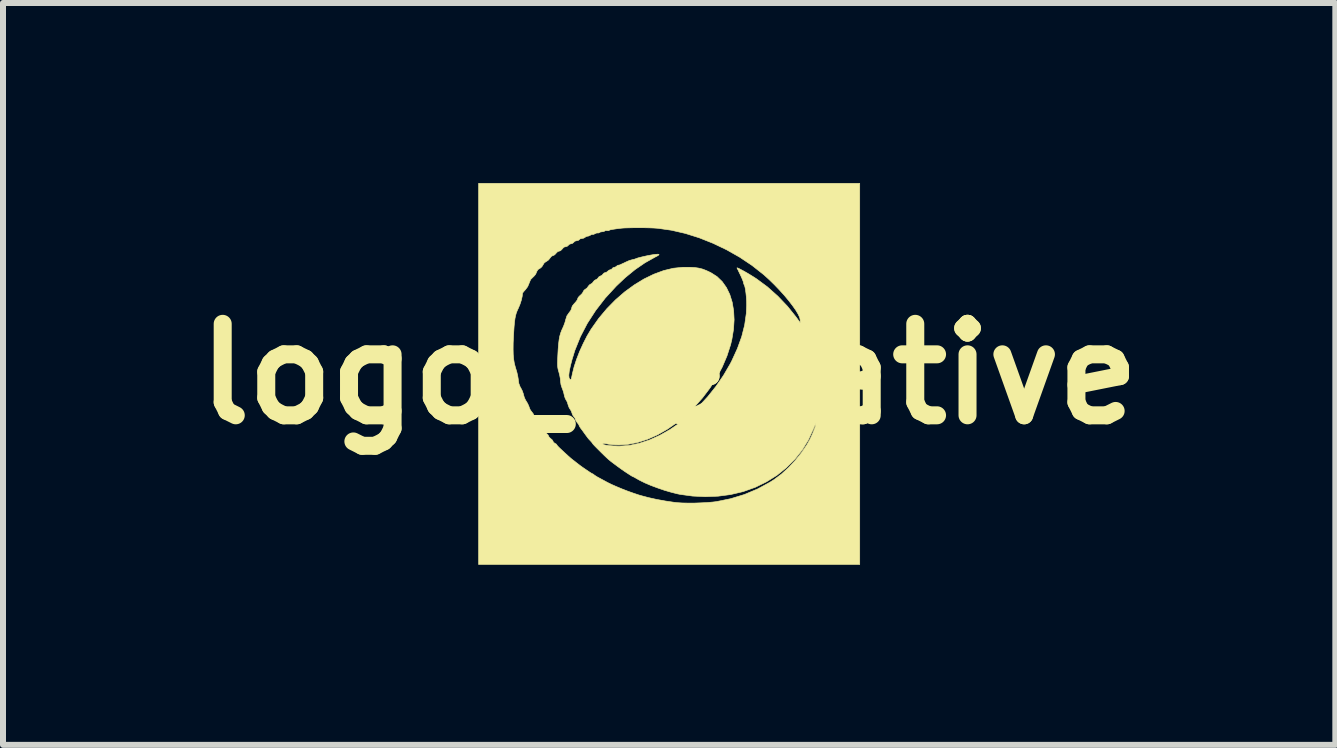
<source format=kicad_pcb>
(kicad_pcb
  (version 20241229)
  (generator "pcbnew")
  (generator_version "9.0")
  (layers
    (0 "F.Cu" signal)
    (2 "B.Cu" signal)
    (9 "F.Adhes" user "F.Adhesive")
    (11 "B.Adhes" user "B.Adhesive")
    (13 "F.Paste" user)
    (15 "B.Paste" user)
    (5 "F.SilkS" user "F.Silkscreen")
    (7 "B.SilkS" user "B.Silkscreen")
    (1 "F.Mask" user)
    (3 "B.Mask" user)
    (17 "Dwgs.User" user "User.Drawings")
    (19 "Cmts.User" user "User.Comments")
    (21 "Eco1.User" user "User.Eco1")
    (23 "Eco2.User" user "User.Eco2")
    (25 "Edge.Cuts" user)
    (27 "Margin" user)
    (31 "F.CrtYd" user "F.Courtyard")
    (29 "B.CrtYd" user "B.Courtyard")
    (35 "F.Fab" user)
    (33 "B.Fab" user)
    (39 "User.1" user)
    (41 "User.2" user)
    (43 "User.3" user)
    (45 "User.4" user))
  (footprint "logo_negative"
    (layer "F.Cu")
    (at 8.099 3.18)
    (property "Reference" "logo_negative" (at 0 0 0) (layer "F.SilkS") (effects (font (size 1.524 1.524) (thickness 0.3))))
    (attr through_hole)
    (fp_poly (pts (xy 3.175 3.175) (xy -3.175 3.175) (xy -3.175 -0.41) (xy -2.6 -0.41) (xy -2.598 -0.322) (xy -2.591 -0.246) (xy -2.58 -0.178) (xy -2.563 -0.113) (xy -2.555 -0.087) (xy -2.537 -0.027) (xy -2.523 0.035) (xy -2.514 0.089) (xy -2.514 0.097) (xy -2.504 0.161) (xy -2.483 0.215) (xy -2.471 0.235) (xy -2.448 0.28) (xy -2.431 0.328) (xy -2.426 0.348) (xy -2.413 0.393) (xy -2.391 0.44) (xy -2.382 0.453) (xy -2.357 0.495) (xy -2.337 0.54) (xy -2.333 0.553) (xy -2.317 0.593) (xy -2.294 0.627) (xy -2.289 0.632) (xy -2.265 0.664) (xy -2.25 0.697) (xy -2.236 0.73) (xy -2.21 0.762) (xy -2.206 0.766) (xy -2.183 0.792) (xy -2.171 0.817) (xy -2.17 0.821) (xy -2.162 0.845) (xy -2.141 0.872) (xy -2.135 0.878) (xy -2.107 0.909) (xy -2.085 0.939) (xy -2.083 0.942) (xy -2.061 0.974) (xy -2.038 0.996) (xy -2.017 1.018) (xy -2.009 1.036) (xy -2 1.053) (xy -1.977 1.075) (xy -1.972 1.079) (xy -1.947 1.101) (xy -1.935 1.121) (xy -1.935 1.124) (xy -1.925 1.141) (xy -1.904 1.156) (xy -1.881 1.169) (xy -1.873 1.18) (xy -1.864 1.194) (xy -1.842 1.218) (xy -1.816 1.243) (xy -1.741 1.313) (xy -1.683 1.366) (xy -1.64 1.404) (xy -1.612 1.427) (xy -1.61 1.429) (xy -1.584 1.448) (xy -1.549 1.476) (xy -1.519 1.499) (xy -1.48 1.529) (xy -1.434 1.562) (xy -1.387 1.594) (xy -1.343 1.624) (xy -1.308 1.647) (xy -1.286 1.66) (xy -1.281 1.662) (xy -1.266 1.669) (xy -1.254 1.679) (xy -1.233 1.694) (xy -1.198 1.716) (xy -1.163 1.735) (xy -1.111 1.763) (xy -1.057 1.792) (xy -1.026 1.809) (xy -0.961 1.841) (xy -0.879 1.877) (xy -0.786 1.916) (xy -0.688 1.954) (xy -0.592 1.988) (xy -0.505 2.017) (xy -0.471 2.027) (xy -0.347 2.06) (xy -0.208 2.091) (xy -0.065 2.117) (xy 0.07 2.137) (xy 0.136 2.145) (xy 0.215 2.15) (xy 0.311 2.152) (xy 0.417 2.152) (xy 0.526 2.148) (xy 0.63 2.143) (xy 0.723 2.135) (xy 0.784 2.128) (xy 1.024 2.079) (xy 1.254 2.009) (xy 1.473 1.917) (xy 1.68 1.804) (xy 1.749 1.76) (xy 1.869 1.67) (xy 1.988 1.562) (xy 2.101 1.441) (xy 2.205 1.312) (xy 2.293 1.182) (xy 2.346 1.088) (xy 2.368 1.041) (xy 2.391 0.989) (xy 2.412 0.937) (xy 2.43 0.891) (xy 2.441 0.855) (xy 2.446 0.834) (xy 2.444 0.831) (xy 2.436 0.842) (xy 2.422 0.87) (xy 2.405 0.911) (xy 2.401 0.921) (xy 2.319 1.1) (xy 2.216 1.268) (xy 2.093 1.422) (xy 1.952 1.563) (xy 1.795 1.689) (xy 1.622 1.797) (xy 1.436 1.888) (xy 1.237 1.959) (xy 1.218 1.964) (xy 1.022 2.01) (xy 0.815 2.037) (xy 0.602 2.045) (xy 0.39 2.035) (xy 0.183 2.007) (xy 0.13 1.996) (xy 0.029 1.97) (xy -0.081 1.938) (xy -0.194 1.899) (xy -0.304 1.858) (xy -0.405 1.815) (xy -0.492 1.772) (xy -0.549 1.74) (xy -0.578 1.723) (xy -0.598 1.713) (xy -0.601 1.712) (xy -0.617 1.705) (xy -0.649 1.685) (xy -0.694 1.656) (xy -0.747 1.621) (xy -0.804 1.581) (xy -0.862 1.539) (xy -0.917 1.498) (xy -0.965 1.462) (xy -1.003 1.431) (xy -1.01 1.425) (xy -1.042 1.396) (xy -1.081 1.359) (xy -1.125 1.316) (xy -1.169 1.272) (xy -1.21 1.231) (xy -1.244 1.196) (xy -1.268 1.17) (xy -1.277 1.158) (xy -1.277 1.158) (xy -1.285 1.145) (xy -1.304 1.123) (xy -1.305 1.122) (xy -1.346 1.078) (xy -1.39 1.019) (xy -1.414 0.986) (xy -1.441 0.948) (xy -1.468 0.912) (xy -1.473 0.906) (xy -1.491 0.879) (xy -1.5 0.859) (xy -1.501 0.858) (xy -1.508 0.841) (xy -1.528 0.816) (xy -1.532 0.811) (xy -1.552 0.783) (xy -1.563 0.759) (xy -1.563 0.757) (xy -1.571 0.733) (xy -1.587 0.714) (xy -1.607 0.686) (xy -1.619 0.653) (xy -1.632 0.617) (xy -1.65 0.589) (xy -1.667 0.561) (xy -1.682 0.522) (xy -1.685 0.511) (xy -1.697 0.472) (xy -1.712 0.441) (xy -1.717 0.435) (xy -1.731 0.409) (xy -1.744 0.371) (xy -1.748 0.352) (xy -1.76 0.301) (xy -1.778 0.249) (xy -1.784 0.236) (xy -1.802 0.181) (xy -1.81 0.124) (xy -1.81 0.12) (xy -1.814 0.076) (xy -1.824 0.022) (xy -1.837 -0.028) (xy -1.848 -0.066) (xy -1.855 -0.1) (xy -1.859 -0.136) (xy -1.86 -0.181) (xy -1.858 -0.241) (xy -1.856 -0.293) (xy -1.85 -0.404) (xy -1.843 -0.494) (xy -1.834 -0.568) (xy -1.823 -0.629) (xy -1.808 -0.681) (xy -1.79 -0.729) (xy -1.779 -0.751) (xy -1.756 -0.804) (xy -1.736 -0.859) (xy -1.724 -0.904) (xy -1.724 -0.904) (xy -1.704 -0.967) (xy -1.668 -1.019) (xy -1.64 -1.056) (xy -1.626 -1.089) (xy -1.625 -1.098) (xy -1.614 -1.131) (xy -1.582 -1.171) (xy -1.575 -1.178) (xy -1.548 -1.209) (xy -1.529 -1.237) (xy -1.525 -1.251) (xy -1.516 -1.273) (xy -1.493 -1.299) (xy -1.484 -1.306) (xy -1.455 -1.334) (xy -1.436 -1.361) (xy -1.434 -1.368) (xy -1.418 -1.395) (xy -1.395 -1.412) (xy -1.366 -1.434) (xy -1.35 -1.457) (xy -1.329 -1.483) (xy -1.308 -1.496) (xy -1.282 -1.512) (xy -1.267 -1.532) (xy -1.245 -1.558) (xy -1.222 -1.57) (xy -1.196 -1.584) (xy -1.184 -1.6) (xy -1.168 -1.62) (xy -1.147 -1.63) (xy -1.118 -1.645) (xy -1.104 -1.662) (xy -1.084 -1.682) (xy -1.068 -1.687) (xy -1.043 -1.695) (xy -1.023 -1.712) (xy -0.999 -1.73) (xy -0.979 -1.736) (xy -0.957 -1.746) (xy -0.95 -1.755) (xy -0.934 -1.771) (xy -0.92 -1.774) (xy -0.892 -1.783) (xy -0.881 -1.792) (xy -0.859 -1.808) (xy -0.848 -1.811) (xy -0.823 -1.816) (xy -0.809 -1.822) (xy -0.781 -1.836) (xy -0.769 -1.841) (xy -0.741 -1.854) (xy -0.732 -1.859) (xy -0.665 -1.889) (xy -0.608 -1.905) (xy -0.573 -1.913) (xy -0.547 -1.923) (xy -0.546 -1.923) (xy -0.522 -1.932) (xy -0.48 -1.943) (xy -0.426 -1.956) (xy -0.367 -1.969) (xy -0.308 -1.98) (xy -0.256 -1.989) (xy -0.228 -1.992) (xy -0.187 -1.995) (xy -0.169 -1.991) (xy -0.174 -1.981) (xy -0.202 -1.963) (xy -0.232 -1.948) (xy -0.403 -1.852) (xy -0.569 -1.738) (xy -0.733 -1.604) (xy -0.881 -1.464) (xy -1.064 -1.265) (xy -1.225 -1.057) (xy -1.364 -0.842) (xy -1.48 -0.619) (xy -1.572 -0.39) (xy -1.619 -0.237) (xy -1.647 -0.129) (xy -1.665 -0.042) (xy -1.672 0.022) (xy -1.668 0.065) (xy -1.657 0.086) (xy -1.646 0.094) (xy -1.638 0.094) (xy -1.631 0.081) (xy -1.624 0.053) (xy -1.614 0.004) (xy -1.612 -0.006) (xy -1.584 -0.118) (xy -1.543 -0.243) (xy -1.492 -0.374) (xy -1.432 -0.506) (xy -1.368 -0.632) (xy -1.3 -0.746) (xy -1.295 -0.753) (xy -1.173 -0.926) (xy -1.038 -1.087) (xy -0.894 -1.234) (xy -0.742 -1.366) (xy -0.583 -1.482) (xy -0.421 -1.581) (xy -0.257 -1.661) (xy -0.092 -1.722) (xy 0.07 -1.761) (xy 0.229 -1.777) (xy 0.248 -1.777) (xy 0.345 -1.777) (xy 0.424 -1.773) (xy 0.492 -1.763) (xy 0.553 -1.748) (xy 0.616 -1.724) (xy 0.687 -1.691) (xy 0.698 -1.685) (xy 0.797 -1.622) (xy 0.883 -1.539) (xy 0.954 -1.439) (xy 1.01 -1.324) (xy 1.05 -1.195) (xy 1.074 -1.054) (xy 1.082 -0.903) (xy 1.072 -0.743) (xy 1.045 -0.577) (xy 1.024 -0.488) (xy 0.963 -0.299) (xy 0.884 -0.114) (xy 0.789 0.065) (xy 0.679 0.236) (xy 0.556 0.398) (xy 0.422 0.549) (xy 0.278 0.688) (xy 0.126 0.813) (xy -0.032 0.922) (xy -0.195 1.015) (xy -0.36 1.088) (xy -0.527 1.142) (xy -0.693 1.174) (xy -0.831 1.183) (xy -0.894 1.182) (xy -0.956 1.177) (xy -1.007 1.171) (xy -1.027 1.167) (xy -1.07 1.159) (xy -1.097 1.158) (xy -1.106 1.165) (xy -1.102 1.172) (xy -1.081 1.181) (xy -1.041 1.189) (xy -0.986 1.195) (xy -0.922 1.2) (xy -0.852 1.203) (xy -0.826 1.203) (xy -0.662 1.191) (xy -0.494 1.155) (xy -0.324 1.099) (xy -0.154 1.022) (xy 0.015 0.926) (xy 0.181 0.812) (xy 0.342 0.682) (xy 0.497 0.537) (xy 0.643 0.379) (xy 0.78 0.207) (xy 0.905 0.025) (xy 1.017 -0.167) (xy 1.043 -0.217) (xy 1.137 -0.423) (xy 1.209 -0.622) (xy 1.258 -0.816) (xy 1.285 -1.007) (xy 1.291 -1.14) (xy 1.29 -1.21) (xy 1.286 -1.281) (xy 1.279 -1.348) (xy 1.271 -1.407) (xy 1.262 -1.452) (xy 1.253 -1.479) (xy 1.251 -1.481) (xy 1.242 -1.503) (xy 1.24 -1.516) (xy 1.235 -1.536) (xy 1.221 -1.573) (xy 1.201 -1.619) (xy 1.188 -1.647) (xy 1.165 -1.694) (xy 1.146 -1.734) (xy 1.133 -1.76) (xy 1.13 -1.766) (xy 1.137 -1.767) (xy 1.161 -1.757) (xy 1.199 -1.737) (xy 1.246 -1.712) (xy 1.3 -1.681) (xy 1.355 -1.648) (xy 1.408 -1.615) (xy 1.453 -1.586) (xy 1.636 -1.451) (xy 1.81 -1.296) (xy 1.971 -1.127) (xy 2.113 -0.95) (xy 2.131 -0.925) (xy 2.183 -0.852) (xy 2.183 -0.901) (xy 2.174 -0.942) (xy 2.148 -0.997) (xy 2.108 -1.064) (xy 2.055 -1.139) (xy 1.991 -1.222) (xy 1.919 -1.309) (xy 1.839 -1.397) (xy 1.755 -1.485) (xy 1.668 -1.57) (xy 1.58 -1.65) (xy 1.569 -1.659) (xy 1.38 -1.808) (xy 1.175 -1.945) (xy 0.958 -2.068) (xy 0.732 -2.176) (xy 0.501 -2.268) (xy 0.269 -2.341) (xy 0.039 -2.394) (xy -0.186 -2.426) (xy -0.197 -2.427) (xy -0.256 -2.431) (xy -0.332 -2.434) (xy -0.418 -2.436) (xy -0.508 -2.436) (xy -0.597 -2.436) (xy -0.678 -2.434) (xy -0.746 -2.432) (xy -0.788 -2.429) (xy -0.872 -2.419) (xy -0.933 -2.41) (xy -0.974 -2.403) (xy -0.995 -2.396) (xy -0.999 -2.392) (xy -1.015 -2.386) (xy -1.035 -2.388) (xy -1.06 -2.389) (xy -1.072 -2.382) (xy -1.089 -2.373) (xy -1.116 -2.369) (xy -1.145 -2.365) (xy -1.16 -2.356) (xy -1.177 -2.348) (xy -1.186 -2.349) (xy -1.209 -2.348) (xy -1.234 -2.337) (xy -1.259 -2.325) (xy -1.275 -2.324) (xy -1.292 -2.323) (xy -1.31 -2.313) (xy -1.34 -2.298) (xy -1.36 -2.295) (xy -1.388 -2.286) (xy -1.401 -2.276) (xy -1.425 -2.262) (xy -1.453 -2.257) (xy -1.482 -2.251) (xy -1.496 -2.239) (xy -1.513 -2.225) (xy -1.539 -2.22) (xy -1.573 -2.211) (xy -1.588 -2.195) (xy -1.611 -2.175) (xy -1.631 -2.17) (xy -1.662 -2.161) (xy -1.677 -2.146) (xy -1.7 -2.126) (xy -1.72 -2.121) (xy -1.75 -2.113) (xy -1.764 -2.102) (xy -1.792 -2.07) (xy -1.811 -2.053) (xy -1.828 -2.047) (xy -1.836 -2.046) (xy -1.858 -2.037) (xy -1.882 -2.014) (xy -1.885 -2.009) (xy -1.909 -1.984) (xy -1.933 -1.972) (xy -1.936 -1.972) (xy -1.96 -1.961) (xy -1.984 -1.932) (xy -1.985 -1.93) (xy -2.011 -1.898) (xy -2.042 -1.876) (xy -2.047 -1.875) (xy -2.082 -1.849) (xy -2.101 -1.818) (xy -2.121 -1.786) (xy -2.145 -1.764) (xy -2.149 -1.762) (xy -2.186 -1.739) (xy -2.209 -1.701) (xy -2.214 -1.684) (xy -2.229 -1.655) (xy -2.256 -1.624) (xy -2.269 -1.612) (xy -2.307 -1.574) (xy -2.328 -1.526) (xy -2.331 -1.517) (xy -2.357 -1.455) (xy -2.394 -1.405) (xy -2.421 -1.375) (xy -2.439 -1.352) (xy -2.443 -1.343) (xy -2.449 -1.291) (xy -2.464 -1.226) (xy -2.486 -1.159) (xy -2.511 -1.099) (xy -2.531 -1.056) (xy -2.547 -1.015) (xy -2.559 -0.971) (xy -2.569 -0.922) (xy -2.577 -0.861) (xy -2.584 -0.786) (xy -2.59 -0.692) (xy -2.593 -0.64) (xy -2.599 -0.515) (xy -2.6 -0.41) (xy -3.175 -0.41) (xy -3.175 -3.175) (xy 3.175 -3.175) (xy 3.175 3.175)) (stroke (width 0.01) (type solid)) (fill yes) (layer "F.SilkS")))
  (gr_rect
    (start -3 -3)
    (end 19.198 9.36)
    (stroke (width 0.1) (type default))
    (fill no)
    (layer "Edge.Cuts")))
</source>
